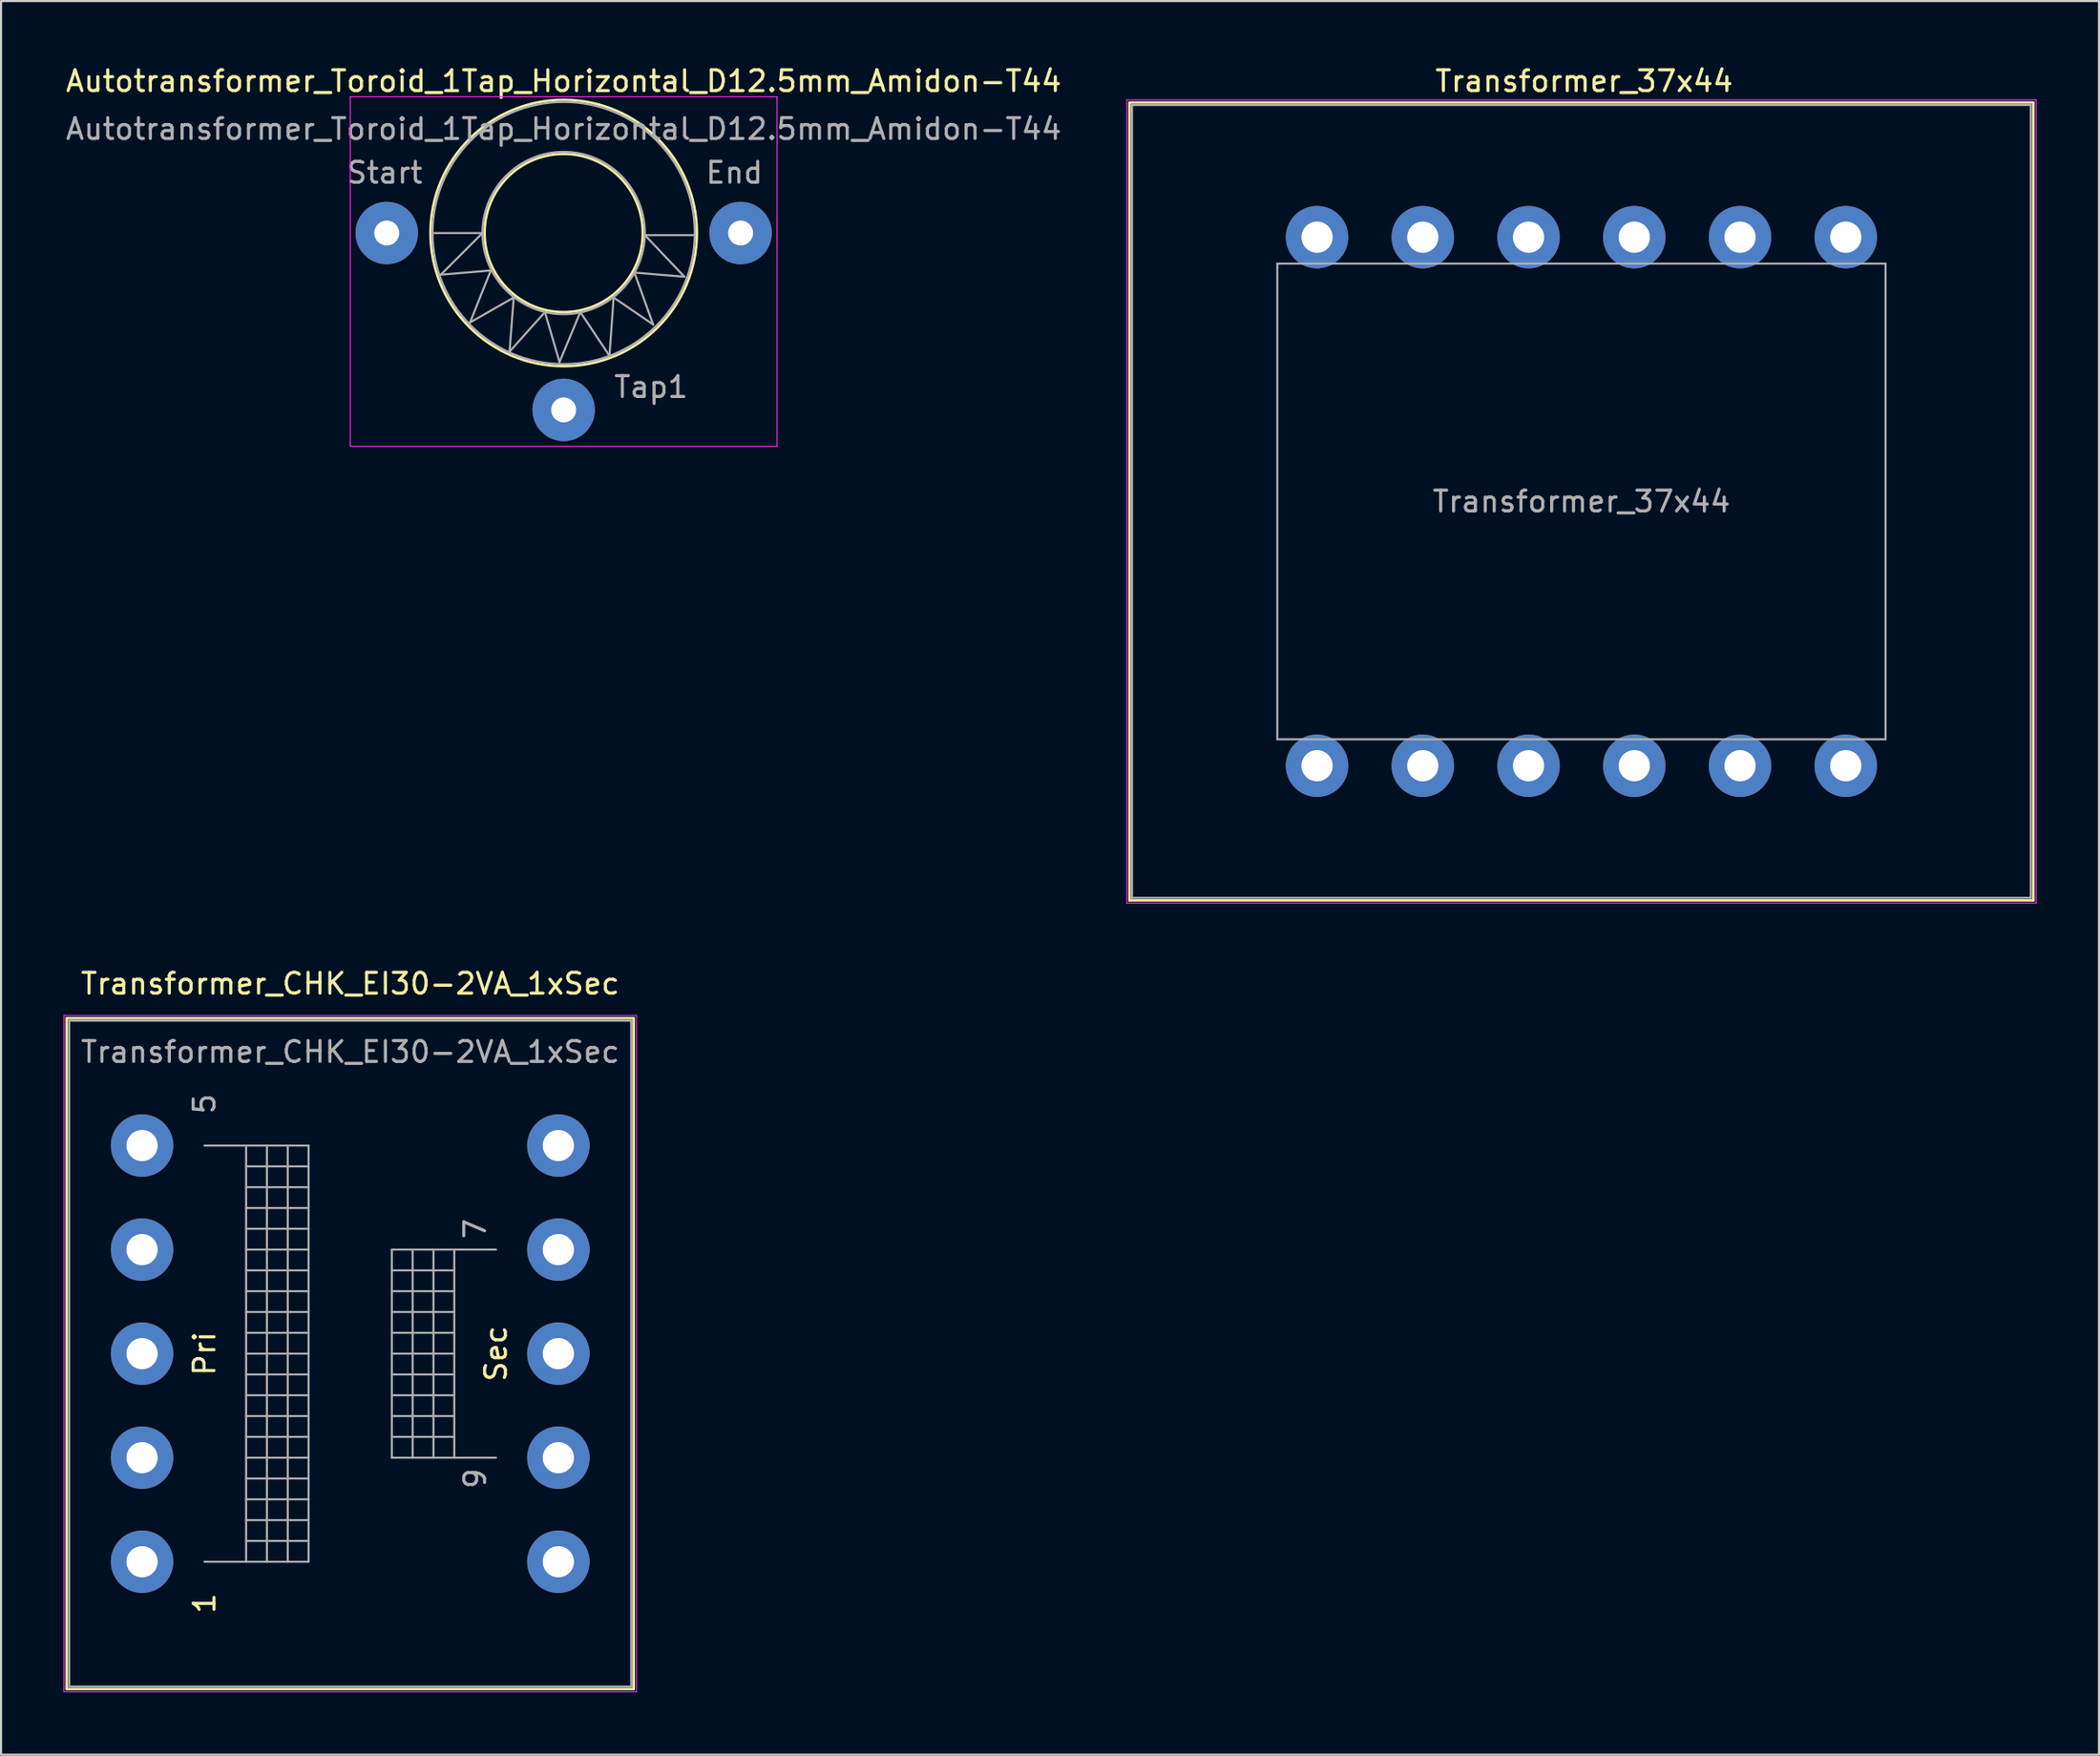
<source format=kicad_pcb>
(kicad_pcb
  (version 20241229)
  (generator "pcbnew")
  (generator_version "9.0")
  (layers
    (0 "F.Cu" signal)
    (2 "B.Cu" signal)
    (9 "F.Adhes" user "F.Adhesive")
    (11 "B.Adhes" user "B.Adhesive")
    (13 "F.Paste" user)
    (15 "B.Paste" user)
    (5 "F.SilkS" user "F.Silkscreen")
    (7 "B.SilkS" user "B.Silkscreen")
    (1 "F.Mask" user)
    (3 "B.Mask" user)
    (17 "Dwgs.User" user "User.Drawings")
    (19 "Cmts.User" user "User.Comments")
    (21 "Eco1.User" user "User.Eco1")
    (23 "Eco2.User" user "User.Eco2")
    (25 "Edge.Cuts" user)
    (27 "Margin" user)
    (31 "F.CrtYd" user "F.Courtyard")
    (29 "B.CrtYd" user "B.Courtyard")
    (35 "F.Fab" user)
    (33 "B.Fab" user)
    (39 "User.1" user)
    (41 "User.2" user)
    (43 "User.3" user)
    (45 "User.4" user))
  (footprint "Autotransformer_Toroid_1Tap_Horizontal_D12.5mm_Amidon-T44"
    (layer "F.Cu")
    (at 15.53 8.148)
    (property "Reference" "Autotransformer_Toroid_1Tap_Horizontal_D12.5mm_Amidon-T44" (at 8.5 -7.3 0) (layer "F.SilkS") (effects (font (size 1 1) (thickness 0.15))))
    (attr through_hole)
    (fp_circle (center 8.5 0) (end 12.3 0) (stroke (width 0.12) (type solid)) (fill no) (layer "F.SilkS"))
    (fp_circle (center 8.5 0) (end 14.9 0) (stroke (width 0.12) (type solid)) (fill no) (layer "F.SilkS"))
    (fp_line (start -1.75 -6.55) (end -1.75 10.25) (stroke (width 0.05) (type solid)) (layer "F.CrtYd"))
    (fp_line (start -1.75 -6.55) (end 18.75 -6.55) (stroke (width 0.05) (type solid)) (layer "F.CrtYd"))
    (fp_line (start 18.75 10.25) (end -1.75 10.25) (stroke (width 0.05) (type solid)) (layer "F.CrtYd"))
    (fp_line (start 18.75 10.25) (end 18.75 -6.55) (stroke (width 0.05) (type solid)) (layer "F.CrtYd"))
    (fp_line (start 2.3 0) (end 4.6 0) (stroke (width 0.1) (type solid)) (layer "F.Fab"))
    (fp_line (start 2.6 2) (end 5 1.8) (stroke (width 0.1) (type solid)) (layer "F.Fab"))
    (fp_line (start 4 4.3) (end 6.1 3.1) (stroke (width 0.1) (type solid)) (layer "F.Fab"))
    (fp_line (start 4.6 0) (end 2.6 2) (stroke (width 0.1) (type solid)) (layer "F.Fab"))
    (fp_line (start 5 1.8) (end 4 4.3) (stroke (width 0.1) (type solid)) (layer "F.Fab"))
    (fp_line (start 5.9 5.7) (end 7.6 3.8) (stroke (width 0.1) (type solid)) (layer "F.Fab"))
    (fp_line (start 6.1 3.1) (end 5.9 5.7) (stroke (width 0.1) (type solid)) (layer "F.Fab"))
    (fp_line (start 7.6 3.8) (end 8.3 6.2) (stroke (width 0.1) (type solid)) (layer "F.Fab"))
    (fp_line (start 8.3 6.2) (end 9.3 3.8) (stroke (width 0.1) (type solid)) (layer "F.Fab"))
    (fp_line (start 9.3 3.8) (end 10.7 5.9) (stroke (width 0.1) (type solid)) (layer "F.Fab"))
    (fp_line (start 10.7 5.9) (end 10.9 3.1) (stroke (width 0.1) (type solid)) (layer "F.Fab"))
    (fp_line (start 10.9 3.1) (end 12.8 4.4) (stroke (width 0.1) (type solid)) (layer "F.Fab"))
    (fp_line (start 11.9 1.9) (end 14.3 2.1) (stroke (width 0.1) (type solid)) (layer "F.Fab"))
    (fp_line (start 12.4 0.1) (end 14.8 0.1) (stroke (width 0.1) (type solid)) (layer "F.Fab"))
    (fp_line (start 12.8 4.4) (end 11.9 1.9) (stroke (width 0.1) (type solid)) (layer "F.Fab"))
    (fp_line (start 14.3 2.1) (end 12.4 0.1) (stroke (width 0.1) (type solid)) (layer "F.Fab"))
    (fp_circle (center 8.5 0) (end 12.4 0) (stroke (width 0.1) (type solid)) (fill no) (layer "F.Fab"))
    (fp_circle (center 8.5 0) (end 14.8 0) (stroke (width 0.1) (type solid)) (fill no) (layer "F.Fab"))
    (fp_text user "${REFERENCE}" (at 8.5 -5 0) (layer "F.Fab") (effects (font (size 1 1) (thickness 0.15))))
    (fp_text user "End" (at 16.7 -2.9 0) (layer "F.Fab") (effects (font (size 1 1) (thickness 0.15))))
    (fp_text user "Tap1" (at 12.7 7.4 0) (layer "F.Fab") (effects (font (size 1 1) (thickness 0.15))))
    (fp_text user "Start" (at -0.1 -2.9 0) (layer "F.Fab") (effects (font (size 1 1) (thickness 0.15))))
    (pad "1" thru_hole circle (at 0 0) (size 3 3) (drill 1.2) (layers "*.Cu" "*.Mask"))
    (pad "2" thru_hole circle (at 8.5 8.5) (size 3 3) (drill 1.2) (layers "*.Cu" "*.Mask"))
    (pad "3" thru_hole circle (at 17 0) (size 3 3) (drill 1.2) (layers "*.Cu" "*.Mask")))
  (footprint "Transformer_CHK_EI30-2VA_1xSec"
    (layer "F.Cu")
    (at 3.775 72.001)
    (property "Reference" "Transformer_CHK_EI30-2VA_1xSec" (at 10 -27.78 0) (layer "F.SilkS") (effects (font (size 1 1) (thickness 0.15))))
    (attr through_hole)
    (fp_line (start -3.62 -26.12) (end -3.62 6.12) (stroke (width 0.12) (type solid)) (layer "F.SilkS"))
    (fp_line (start -3.62 -26.12) (end 23.62 -26.12) (stroke (width 0.12) (type solid)) (layer "F.SilkS"))
    (fp_line (start 23.62 6.12) (end -3.62 6.12) (stroke (width 0.12) (type solid)) (layer "F.SilkS"))
    (fp_line (start 23.62 6.12) (end 23.62 -26.12) (stroke (width 0.12) (type solid)) (layer "F.SilkS"))
    (fp_line (start -3.75 -26.25) (end -3.75 6.25) (stroke (width 0.05) (type solid)) (layer "F.CrtYd"))
    (fp_line (start -3.75 -26.25) (end 23.75 -26.25) (stroke (width 0.05) (type solid)) (layer "F.CrtYd"))
    (fp_line (start 23.75 6.25) (end -3.75 6.25) (stroke (width 0.05) (type solid)) (layer "F.CrtYd"))
    (fp_line (start 23.75 6.25) (end 23.75 -26.25) (stroke (width 0.05) (type solid)) (layer "F.CrtYd"))
    (fp_line (start -3.5 -26) (end -3.5 6) (stroke (width 0.1) (type solid)) (layer "F.Fab"))
    (fp_line (start -3.5 6) (end 23.5 6) (stroke (width 0.1) (type solid)) (layer "F.Fab"))
    (fp_line (start 3 -20) (end 5 -20) (stroke (width 0.1) (type solid)) (layer "F.Fab"))
    (fp_line (start 5 -20) (end 5 0) (stroke (width 0.1) (type solid)) (layer "F.Fab"))
    (fp_line (start 5 -20) (end 6 -20) (stroke (width 0.1) (type solid)) (layer "F.Fab"))
    (fp_line (start 5 -19) (end 8 -19) (stroke (width 0.1) (type solid)) (layer "F.Fab"))
    (fp_line (start 5 -17) (end 8 -17) (stroke (width 0.1) (type solid)) (layer "F.Fab"))
    (fp_line (start 5 -15) (end 8 -15) (stroke (width 0.1) (type solid)) (layer "F.Fab"))
    (fp_line (start 5 -13) (end 8 -13) (stroke (width 0.1) (type solid)) (layer "F.Fab"))
    (fp_line (start 5 -11) (end 8 -11) (stroke (width 0.1) (type solid)) (layer "F.Fab"))
    (fp_line (start 5 -9) (end 8 -9) (stroke (width 0.1) (type solid)) (layer "F.Fab"))
    (fp_line (start 5 -7) (end 8 -7) (stroke (width 0.1) (type solid)) (layer "F.Fab"))
    (fp_line (start 5 -5) (end 8 -5) (stroke (width 0.1) (type solid)) (layer "F.Fab"))
    (fp_line (start 5 -3) (end 8 -3) (stroke (width 0.1) (type solid)) (layer "F.Fab"))
    (fp_line (start 5 -1) (end 8 -1) (stroke (width 0.1) (type solid)) (layer "F.Fab"))
    (fp_line (start 5 0) (end 3 0) (stroke (width 0.1) (type solid)) (layer "F.Fab"))
    (fp_line (start 6 -20) (end 6 0) (stroke (width 0.1) (type solid)) (layer "F.Fab"))
    (fp_line (start 6 -20) (end 7 -20) (stroke (width 0.1) (type solid)) (layer "F.Fab"))
    (fp_line (start 6 0) (end 5 0) (stroke (width 0.1) (type solid)) (layer "F.Fab"))
    (fp_line (start 7 -20) (end 7 0) (stroke (width 0.1) (type solid)) (layer "F.Fab"))
    (fp_line (start 7 -20) (end 8 -20) (stroke (width 0.1) (type solid)) (layer "F.Fab"))
    (fp_line (start 7 0) (end 6 0) (stroke (width 0.1) (type solid)) (layer "F.Fab"))
    (fp_line (start 8 -20) (end 8 0) (stroke (width 0.1) (type solid)) (layer "F.Fab"))
    (fp_line (start 8 -18) (end 5 -18) (stroke (width 0.1) (type solid)) (layer "F.Fab"))
    (fp_line (start 8 -16) (end 5 -16) (stroke (width 0.1) (type solid)) (layer "F.Fab"))
    (fp_line (start 8 -14) (end 5 -14) (stroke (width 0.1) (type solid)) (layer "F.Fab"))
    (fp_line (start 8 -12) (end 5 -12) (stroke (width 0.1) (type solid)) (layer "F.Fab"))
    (fp_line (start 8 -10) (end 5 -10) (stroke (width 0.1) (type solid)) (layer "F.Fab"))
    (fp_line (start 8 -8) (end 5 -8) (stroke (width 0.1) (type solid)) (layer "F.Fab"))
    (fp_line (start 8 -6) (end 5 -6) (stroke (width 0.1) (type solid)) (layer "F.Fab"))
    (fp_line (start 8 -4) (end 5 -4) (stroke (width 0.1) (type solid)) (layer "F.Fab"))
    (fp_line (start 8 -2) (end 5 -2) (stroke (width 0.1) (type solid)) (layer "F.Fab"))
    (fp_line (start 8 0) (end 7 0) (stroke (width 0.1) (type solid)) (layer "F.Fab"))
    (fp_line (start 12 -15) (end 12 -5) (stroke (width 0.1) (type solid)) (layer "F.Fab"))
    (fp_line (start 12 -14) (end 15 -14) (stroke (width 0.1) (type solid)) (layer "F.Fab"))
    (fp_line (start 12 -12) (end 15 -12) (stroke (width 0.1) (type solid)) (layer "F.Fab"))
    (fp_line (start 12 -10) (end 15 -10) (stroke (width 0.1) (type solid)) (layer "F.Fab"))
    (fp_line (start 12 -8) (end 15 -8) (stroke (width 0.1) (type solid)) (layer "F.Fab"))
    (fp_line (start 12 -6) (end 15 -6) (stroke (width 0.1) (type solid)) (layer "F.Fab"))
    (fp_line (start 12 -5) (end 13 -5) (stroke (width 0.1) (type solid)) (layer "F.Fab"))
    (fp_line (start 13 -15) (end 12 -15) (stroke (width 0.1) (type solid)) (layer "F.Fab"))
    (fp_line (start 13 -15) (end 13 -5) (stroke (width 0.1) (type solid)) (layer "F.Fab"))
    (fp_line (start 13 -5) (end 14 -5) (stroke (width 0.1) (type solid)) (layer "F.Fab"))
    (fp_line (start 14 -15) (end 13 -15) (stroke (width 0.1) (type solid)) (layer "F.Fab"))
    (fp_line (start 14 -15) (end 14 -5) (stroke (width 0.1) (type solid)) (layer "F.Fab"))
    (fp_line (start 14 -5) (end 15 -5) (stroke (width 0.1) (type solid)) (layer "F.Fab"))
    (fp_line (start 15 -15) (end 14 -15) (stroke (width 0.1) (type solid)) (layer "F.Fab"))
    (fp_line (start 15 -15) (end 15 -5) (stroke (width 0.1) (type solid)) (layer "F.Fab"))
    (fp_line (start 15 -13) (end 12 -13) (stroke (width 0.1) (type solid)) (layer "F.Fab"))
    (fp_line (start 15 -11) (end 12 -11) (stroke (width 0.1) (type solid)) (layer "F.Fab"))
    (fp_line (start 15 -9) (end 12 -9) (stroke (width 0.1) (type solid)) (layer "F.Fab"))
    (fp_line (start 15 -7) (end 12 -7) (stroke (width 0.1) (type solid)) (layer "F.Fab"))
    (fp_line (start 15 -5) (end 17 -5) (stroke (width 0.1) (type solid)) (layer "F.Fab"))
    (fp_line (start 17 -15) (end 15 -15) (stroke (width 0.1) (type solid)) (layer "F.Fab"))
    (fp_line (start 23.5 -26) (end -3.5 -26) (stroke (width 0.1) (type solid)) (layer "F.Fab"))
    (fp_line (start 23.5 6) (end 23.5 -26) (stroke (width 0.1) (type solid)) (layer "F.Fab"))
    (fp_text user "Pri" (at 3 -10 90) (layer "F.SilkS") (effects (font (size 1 1) (thickness 0.15))))
    (fp_text user "Sec" (at 17 -10 90) (layer "F.SilkS") (effects (font (size 1 1) (thickness 0.15))))
    (fp_text user "1" (at 3 2 90) (layer "F.SilkS") (effects (font (size 1 1) (thickness 0.15))))
    (fp_text user "${REFERENCE}" (at 10 -24.5 0) (layer "F.Fab") (effects (font (size 1 1) (thickness 0.15))))
    (fp_text user "7" (at 16 -16 90) (layer "F.Fab") (effects (font (size 1 1) (thickness 0.15))))
    (fp_text user "5" (at 3 -22 90) (layer "F.Fab") (effects (font (size 1 1) (thickness 0.15))))
    (fp_text user "9" (at 16 -4 90) (layer "F.Fab") (effects (font (size 1 1) (thickness 0.15))))
    (pad "1" thru_hole circle (at 0 0) (size 3 3) (drill 1.5) (layers "*.Cu" "*.Mask"))
    (pad "2" thru_hole circle (at 0 -5) (size 3 3) (drill 1.5) (layers "*.Cu" "*.Mask"))
    (pad "3" thru_hole circle (at 0 -10) (size 3 3) (drill 1.5) (layers "*.Cu" "*.Mask"))
    (pad "4" thru_hole circle (at 0 -15) (size 3 3) (drill 1.5) (layers "*.Cu" "*.Mask"))
    (pad "5" thru_hole circle (at 0 -20) (size 3 3) (drill 1.5) (layers "*.Cu" "*.Mask"))
    (pad "6" thru_hole circle (at 20 -20) (size 3 3) (drill 1.5) (layers "*.Cu" "*.Mask"))
    (pad "7" thru_hole circle (at 20 -15) (size 3 3) (drill 1.5) (layers "*.Cu" "*.Mask"))
    (pad "8" thru_hole circle (at 20 -10) (size 3 3) (drill 1.5) (layers "*.Cu" "*.Mask"))
    (pad "9" thru_hole circle (at 20 -5) (size 3 3) (drill 1.5) (layers "*.Cu" "*.Mask"))
    (pad "10" thru_hole circle (at 20 0) (size 3 3) (drill 1.5) (layers "*.Cu" "*.Mask")))
  (footprint "Transformer_37x44"
    (layer "F.Cu")
    (at 65.305 8.348)
    (property "Reference" "Transformer_37x44" (at 7.75 -7.5 0) (layer "F.SilkS") (effects (font (size 1 1) (thickness 0.15))))
    (attr through_hole)
    (fp_line (start -14.09 -6.47) (end -14.09 31.87) (stroke (width 0.12) (type solid)) (layer "F.SilkS"))
    (fp_line (start -14.09 -6.47) (end 29.33 -6.47) (stroke (width 0.12) (type solid)) (layer "F.SilkS"))
    (fp_line (start 29.33 31.87) (end -14.09 31.87) (stroke (width 0.12) (type solid)) (layer "F.SilkS"))
    (fp_line (start 29.33 31.87) (end 29.33 -6.47) (stroke (width 0.12) (type solid)) (layer "F.SilkS"))
    (fp_line (start -14.22 -6.6) (end -14.22 32) (stroke (width 0.05) (type solid)) (layer "F.CrtYd"))
    (fp_line (start -14.22 -6.6) (end 29.46 -6.6) (stroke (width 0.05) (type solid)) (layer "F.CrtYd"))
    (fp_line (start 29.46 32) (end -14.22 32) (stroke (width 0.05) (type solid)) (layer "F.CrtYd"))
    (fp_line (start 29.46 32) (end 29.46 -6.6) (stroke (width 0.05) (type solid)) (layer "F.CrtYd"))
    (fp_line (start -13.97 -6.35) (end 29.21 -6.35) (stroke (width 0.1) (type solid)) (layer "F.Fab"))
    (fp_line (start -13.97 31.75) (end -13.97 -6.35) (stroke (width 0.1) (type solid)) (layer "F.Fab"))
    (fp_line (start -6.99 1.27) (end 22.23 1.27) (stroke (width 0.1) (type solid)) (layer "F.Fab"))
    (fp_line (start -6.99 24.13) (end -6.99 1.27) (stroke (width 0.1) (type solid)) (layer "F.Fab"))
    (fp_line (start 22.23 1.27) (end 22.23 24.13) (stroke (width 0.1) (type solid)) (layer "F.Fab"))
    (fp_line (start 22.23 24.13) (end -6.99 24.13) (stroke (width 0.1) (type solid)) (layer "F.Fab"))
    (fp_line (start 29.21 -6.35) (end 29.21 31.75) (stroke (width 0.1) (type solid)) (layer "F.Fab"))
    (fp_line (start 29.21 31.75) (end -13.97 31.75) (stroke (width 0.1) (type solid)) (layer "F.Fab"))
    (fp_text user "${REFERENCE}" (at 7.62 12.7 0) (layer "F.Fab") (effects (font (size 1 1) (thickness 0.15))))
    (pad "" thru_hole circle (at -5.08 0) (size 3 3) (drill 1.5) (layers "*.Cu" "*.Mask"))
    (pad "" thru_hole circle (at 0 25.4) (size 3 3) (drill 1.5) (layers "*.Cu" "*.Mask"))
    (pad "" thru_hole circle (at 5.08 0) (size 3 3) (drill 1.5) (layers "*.Cu" "*.Mask"))
    (pad "" thru_hole circle (at 10.16 0) (size 3 3) (drill 1.5) (layers "*.Cu" "*.Mask"))
    (pad "" thru_hole circle (at 10.16 25.4) (size 3 3) (drill 1.5) (layers "*.Cu" "*.Mask"))
    (pad "" thru_hole circle (at 15.24 0) (size 3 3) (drill 1.5) (layers "*.Cu" "*.Mask"))
    (pad "" thru_hole circle (at 15.24 25.4) (size 3 3) (drill 1.5) (layers "*.Cu" "*.Mask"))
    (pad "" thru_hole circle (at 20.32 25.4) (size 3 3) (drill 1.5) (layers "*.Cu" "*.Mask"))
    (pad "1" thru_hole circle (at 0 0) (size 3 3) (drill 1.5) (layers "*.Cu" "*.Mask"))
    (pad "2" thru_hole circle (at 20.32 0) (size 3 3) (drill 1.5) (layers "*.Cu" "*.Mask"))
    (pad "3" thru_hole circle (at 5.08 25.4) (size 3 3) (drill 1.5) (layers "*.Cu" "*.Mask"))
    (pad "4" thru_hole circle (at -5.08 25.4) (size 3 3) (drill 1.5) (layers "*.Cu" "*.Mask")))
  (gr_rect
    (start -3 -3)
    (end 97.79 81.276)
    (stroke (width 0.1) (type default))
    (fill no)
    (layer "Edge.Cuts")))
</source>
